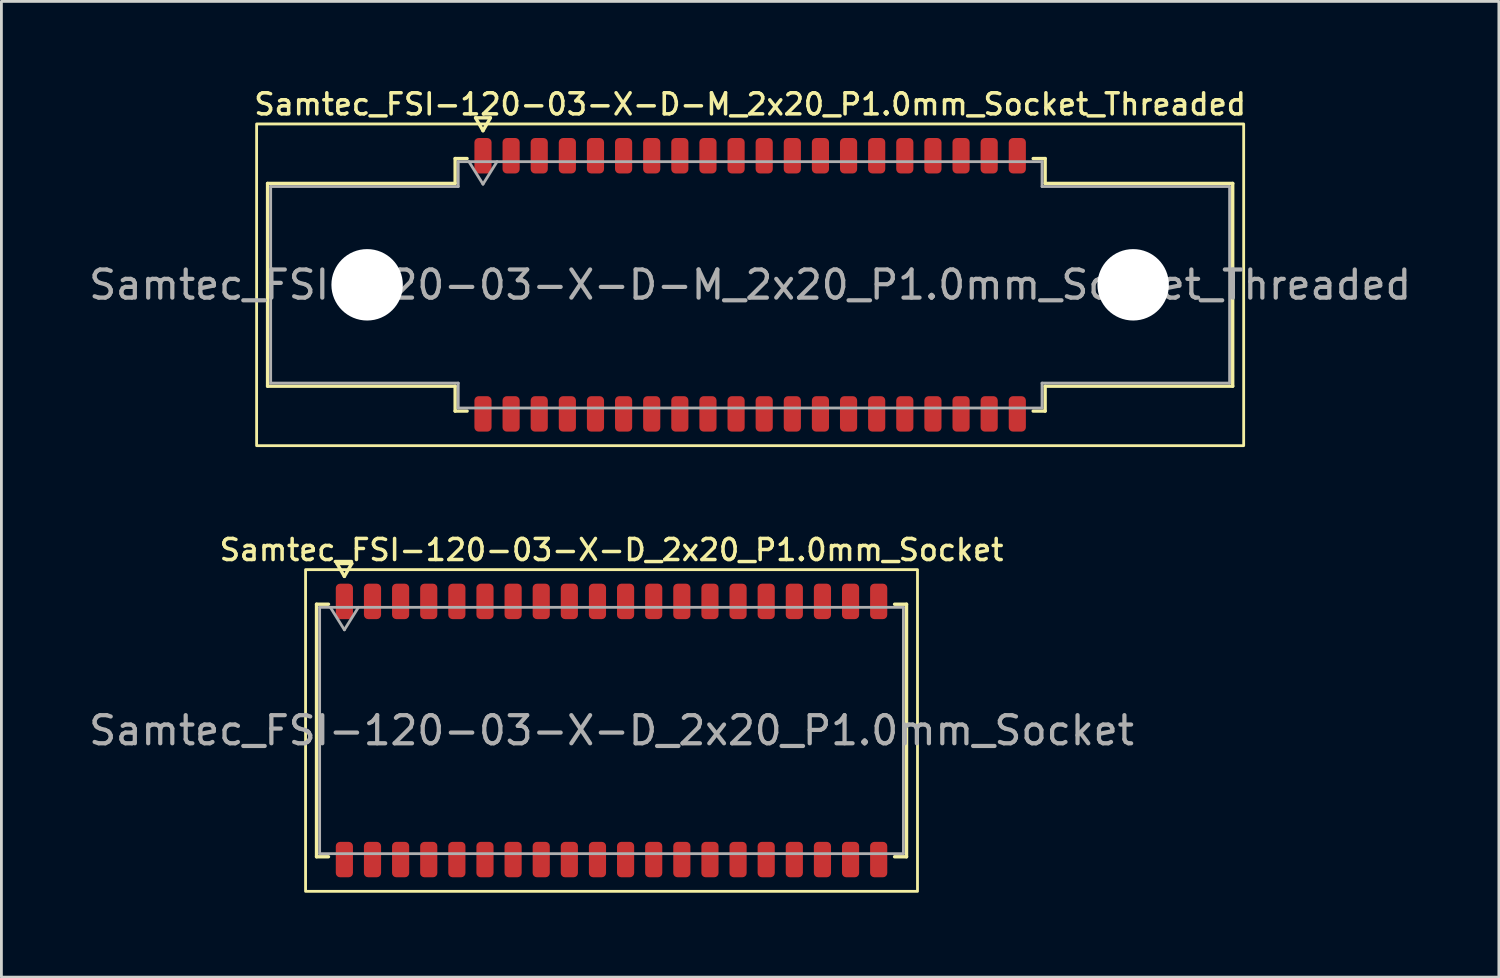
<source format=kicad_pcb>
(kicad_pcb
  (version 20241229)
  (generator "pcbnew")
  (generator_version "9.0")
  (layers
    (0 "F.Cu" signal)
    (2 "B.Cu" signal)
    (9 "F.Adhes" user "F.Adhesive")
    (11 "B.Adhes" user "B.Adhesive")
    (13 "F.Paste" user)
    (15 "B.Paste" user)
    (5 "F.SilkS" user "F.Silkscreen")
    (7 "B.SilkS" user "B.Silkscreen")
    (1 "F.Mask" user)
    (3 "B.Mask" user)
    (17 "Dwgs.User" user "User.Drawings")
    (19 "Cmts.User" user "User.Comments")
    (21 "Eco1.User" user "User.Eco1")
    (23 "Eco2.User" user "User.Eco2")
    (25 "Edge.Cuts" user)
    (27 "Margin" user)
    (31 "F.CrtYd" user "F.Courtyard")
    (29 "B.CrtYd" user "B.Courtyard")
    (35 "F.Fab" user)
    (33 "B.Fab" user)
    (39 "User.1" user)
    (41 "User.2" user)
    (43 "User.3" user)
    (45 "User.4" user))
  (footprint "Samtec_FSI-120-03-X-D_2x20_P1.0mm_Socket"
    (layer "F.Cu")
    (at 18.696 22.926)
    (property "Reference" "Samtec_FSI-120-03-X-D_2x20_P1.0mm_Socket" (at 0 -6.42 0) (layer "F.SilkS") (effects (font (size 0.75 0.75) (thickness 0.125))))
    (attr smd)
    (fp_line (start -10.49 -4.49) (end -10.065 -4.49) (stroke (width 0.12) (type solid)) (layer "F.SilkS"))
    (fp_line (start -10.49 4.49) (end -10.49 -4.49) (stroke (width 0.12) (type solid)) (layer "F.SilkS"))
    (fp_line (start -10.065 4.49) (end -10.49 4.49) (stroke (width 0.12) (type solid)) (layer "F.SilkS"))
    (fp_line (start -9.764 -5.938) (end -9.5 -5.48) (stroke (width 0.12) (type solid)) (layer "F.SilkS"))
    (fp_line (start -9.5 -5.48) (end -9.236 -5.938) (stroke (width 0.12) (type solid)) (layer "F.SilkS"))
    (fp_line (start -9.236 -5.938) (end -9.764 -5.938) (stroke (width 0.12) (type solid)) (layer "F.SilkS"))
    (fp_line (start 10.065 -4.49) (end 10.49 -4.49) (stroke (width 0.12) (type solid)) (layer "F.SilkS"))
    (fp_line (start 10.49 -4.49) (end 10.49 4.49) (stroke (width 0.12) (type solid)) (layer "F.SilkS"))
    (fp_line (start 10.49 4.49) (end 10.065 4.49) (stroke (width 0.12) (type solid)) (layer "F.SilkS"))
    (fp_rect (start -10.88 -5.72) (end 10.88 5.72) (stroke (width 0.1) (type solid)) (fill no) (layer "F.SilkS"))
    (fp_line (start -10.38 -4.38) (end 10.38 -4.38) (stroke (width 0.1) (type solid)) (layer "F.Fab"))
    (fp_line (start -10.38 4.38) (end -10.38 -4.38) (stroke (width 0.1) (type solid)) (layer "F.Fab"))
    (fp_line (start -10 -4.38) (end -9.5 -3.58) (stroke (width 0.1) (type solid)) (layer "F.Fab"))
    (fp_line (start -9.5 -3.58) (end -9 -4.38) (stroke (width 0.1) (type solid)) (layer "F.Fab"))
    (fp_line (start 10.38 -4.38) (end 10.38 4.38) (stroke (width 0.1) (type solid)) (layer "F.Fab"))
    (fp_line (start 10.38 4.38) (end -10.38 4.38) (stroke (width 0.1) (type solid)) (layer "F.Fab"))
    (fp_text user "${REFERENCE}" (at 0 0 0) (layer "F.Fab") (effects (font (size 1 1) (thickness 0.15))))
    (pad "1" smd roundrect (at -9.5 -4.59) (size 0.61 1.26) (layers "F.Cu" "F.Mask" "F.Paste") (roundrect_rratio 0.25))
    (pad "2" smd roundrect (at -9.5 4.59) (size 0.61 1.26) (layers "F.Cu" "F.Mask" "F.Paste") (roundrect_rratio 0.25))
    (pad "3" smd roundrect (at -8.5 -4.59) (size 0.61 1.26) (layers "F.Cu" "F.Mask" "F.Paste") (roundrect_rratio 0.25))
    (pad "4" smd roundrect (at -8.5 4.59) (size 0.61 1.26) (layers "F.Cu" "F.Mask" "F.Paste") (roundrect_rratio 0.25))
    (pad "5" smd roundrect (at -7.5 -4.59) (size 0.61 1.26) (layers "F.Cu" "F.Mask" "F.Paste") (roundrect_rratio 0.25))
    (pad "6" smd roundrect (at -7.5 4.59) (size 0.61 1.26) (layers "F.Cu" "F.Mask" "F.Paste") (roundrect_rratio 0.25))
    (pad "7" smd roundrect (at -6.5 -4.59) (size 0.61 1.26) (layers "F.Cu" "F.Mask" "F.Paste") (roundrect_rratio 0.25))
    (pad "8" smd roundrect (at -6.5 4.59) (size 0.61 1.26) (layers "F.Cu" "F.Mask" "F.Paste") (roundrect_rratio 0.25))
    (pad "9" smd roundrect (at -5.5 -4.59) (size 0.61 1.26) (layers "F.Cu" "F.Mask" "F.Paste") (roundrect_rratio 0.25))
    (pad "10" smd roundrect (at -5.5 4.59) (size 0.61 1.26) (layers "F.Cu" "F.Mask" "F.Paste") (roundrect_rratio 0.25))
    (pad "11" smd roundrect (at -4.5 -4.59) (size 0.61 1.26) (layers "F.Cu" "F.Mask" "F.Paste") (roundrect_rratio 0.25))
    (pad "12" smd roundrect (at -4.5 4.59) (size 0.61 1.26) (layers "F.Cu" "F.Mask" "F.Paste") (roundrect_rratio 0.25))
    (pad "13" smd roundrect (at -3.5 -4.59) (size 0.61 1.26) (layers "F.Cu" "F.Mask" "F.Paste") (roundrect_rratio 0.25))
    (pad "14" smd roundrect (at -3.5 4.59) (size 0.61 1.26) (layers "F.Cu" "F.Mask" "F.Paste") (roundrect_rratio 0.25))
    (pad "15" smd roundrect (at -2.5 -4.59) (size 0.61 1.26) (layers "F.Cu" "F.Mask" "F.Paste") (roundrect_rratio 0.25))
    (pad "16" smd roundrect (at -2.5 4.59) (size 0.61 1.26) (layers "F.Cu" "F.Mask" "F.Paste") (roundrect_rratio 0.25))
    (pad "17" smd roundrect (at -1.5 -4.59) (size 0.61 1.26) (layers "F.Cu" "F.Mask" "F.Paste") (roundrect_rratio 0.25))
    (pad "18" smd roundrect (at -1.5 4.59) (size 0.61 1.26) (layers "F.Cu" "F.Mask" "F.Paste") (roundrect_rratio 0.25))
    (pad "19" smd roundrect (at -0.5 -4.59) (size 0.61 1.26) (layers "F.Cu" "F.Mask" "F.Paste") (roundrect_rratio 0.25))
    (pad "20" smd roundrect (at -0.5 4.59) (size 0.61 1.26) (layers "F.Cu" "F.Mask" "F.Paste") (roundrect_rratio 0.25))
    (pad "21" smd roundrect (at 0.5 -4.59) (size 0.61 1.26) (layers "F.Cu" "F.Mask" "F.Paste") (roundrect_rratio 0.25))
    (pad "22" smd roundrect (at 0.5 4.59) (size 0.61 1.26) (layers "F.Cu" "F.Mask" "F.Paste") (roundrect_rratio 0.25))
    (pad "23" smd roundrect (at 1.5 -4.59) (size 0.61 1.26) (layers "F.Cu" "F.Mask" "F.Paste") (roundrect_rratio 0.25))
    (pad "24" smd roundrect (at 1.5 4.59) (size 0.61 1.26) (layers "F.Cu" "F.Mask" "F.Paste") (roundrect_rratio 0.25))
    (pad "25" smd roundrect (at 2.5 -4.59) (size 0.61 1.26) (layers "F.Cu" "F.Mask" "F.Paste") (roundrect_rratio 0.25))
    (pad "26" smd roundrect (at 2.5 4.59) (size 0.61 1.26) (layers "F.Cu" "F.Mask" "F.Paste") (roundrect_rratio 0.25))
    (pad "27" smd roundrect (at 3.5 -4.59) (size 0.61 1.26) (layers "F.Cu" "F.Mask" "F.Paste") (roundrect_rratio 0.25))
    (pad "28" smd roundrect (at 3.5 4.59) (size 0.61 1.26) (layers "F.Cu" "F.Mask" "F.Paste") (roundrect_rratio 0.25))
    (pad "29" smd roundrect (at 4.5 -4.59) (size 0.61 1.26) (layers "F.Cu" "F.Mask" "F.Paste") (roundrect_rratio 0.25))
    (pad "30" smd roundrect (at 4.5 4.59) (size 0.61 1.26) (layers "F.Cu" "F.Mask" "F.Paste") (roundrect_rratio 0.25))
    (pad "31" smd roundrect (at 5.5 -4.59) (size 0.61 1.26) (layers "F.Cu" "F.Mask" "F.Paste") (roundrect_rratio 0.25))
    (pad "32" smd roundrect (at 5.5 4.59) (size 0.61 1.26) (layers "F.Cu" "F.Mask" "F.Paste") (roundrect_rratio 0.25))
    (pad "33" smd roundrect (at 6.5 -4.59) (size 0.61 1.26) (layers "F.Cu" "F.Mask" "F.Paste") (roundrect_rratio 0.25))
    (pad "34" smd roundrect (at 6.5 4.59) (size 0.61 1.26) (layers "F.Cu" "F.Mask" "F.Paste") (roundrect_rratio 0.25))
    (pad "35" smd roundrect (at 7.5 -4.59) (size 0.61 1.26) (layers "F.Cu" "F.Mask" "F.Paste") (roundrect_rratio 0.25))
    (pad "36" smd roundrect (at 7.5 4.59) (size 0.61 1.26) (layers "F.Cu" "F.Mask" "F.Paste") (roundrect_rratio 0.25))
    (pad "37" smd roundrect (at 8.5 -4.59) (size 0.61 1.26) (layers "F.Cu" "F.Mask" "F.Paste") (roundrect_rratio 0.25))
    (pad "38" smd roundrect (at 8.5 4.59) (size 0.61 1.26) (layers "F.Cu" "F.Mask" "F.Paste") (roundrect_rratio 0.25))
    (pad "39" smd roundrect (at 9.5 -4.59) (size 0.61 1.26) (layers "F.Cu" "F.Mask" "F.Paste") (roundrect_rratio 0.25))
    (pad "40" smd roundrect (at 9.5 4.59) (size 0.61 1.26) (layers "F.Cu" "F.Mask" "F.Paste") (roundrect_rratio 0.25)))
  (footprint "Samtec_FSI-120-03-X-D-M_2x20_P1.0mm_Socket_Threaded"
    (layer "F.Cu")
    (at 23.625 7.078)
    (property "Reference" "Samtec_FSI-120-03-X-D-M_2x20_P1.0mm_Socket_Threaded" (at 0 -6.42 0) (layer "F.SilkS") (effects (font (size 0.75 0.75) (thickness 0.125))))
    (attr smd)
    (fp_line (start -17.16 -3.605) (end -10.49 -3.605) (stroke (width 0.12) (type solid)) (layer "F.SilkS"))
    (fp_line (start -17.16 3.605) (end -17.16 -3.605) (stroke (width 0.12) (type solid)) (layer "F.SilkS"))
    (fp_line (start -10.49 -4.49) (end -10.065 -4.49) (stroke (width 0.12) (type solid)) (layer "F.SilkS"))
    (fp_line (start -10.49 -3.605) (end -10.49 -4.49) (stroke (width 0.12) (type solid)) (layer "F.SilkS"))
    (fp_line (start -10.49 3.605) (end -17.16 3.605) (stroke (width 0.12) (type solid)) (layer "F.SilkS"))
    (fp_line (start -10.49 4.49) (end -10.49 3.605) (stroke (width 0.12) (type solid)) (layer "F.SilkS"))
    (fp_line (start -10.065 4.49) (end -10.49 4.49) (stroke (width 0.12) (type solid)) (layer "F.SilkS"))
    (fp_line (start -9.764 -5.938) (end -9.5 -5.48) (stroke (width 0.12) (type solid)) (layer "F.SilkS"))
    (fp_line (start -9.5 -5.48) (end -9.236 -5.938) (stroke (width 0.12) (type solid)) (layer "F.SilkS"))
    (fp_line (start -9.236 -5.938) (end -9.764 -5.938) (stroke (width 0.12) (type solid)) (layer "F.SilkS"))
    (fp_line (start 10.065 -4.49) (end 10.49 -4.49) (stroke (width 0.12) (type solid)) (layer "F.SilkS"))
    (fp_line (start 10.49 -4.49) (end 10.49 -3.605) (stroke (width 0.12) (type solid)) (layer "F.SilkS"))
    (fp_line (start 10.49 -3.605) (end 17.16 -3.605) (stroke (width 0.12) (type solid)) (layer "F.SilkS"))
    (fp_line (start 10.49 3.605) (end 10.49 4.49) (stroke (width 0.12) (type solid)) (layer "F.SilkS"))
    (fp_line (start 10.49 4.49) (end 10.065 4.49) (stroke (width 0.12) (type solid)) (layer "F.SilkS"))
    (fp_line (start 17.16 -3.605) (end 17.16 3.605) (stroke (width 0.12) (type solid)) (layer "F.SilkS"))
    (fp_line (start 17.16 3.605) (end 10.49 3.605) (stroke (width 0.12) (type solid)) (layer "F.SilkS"))
    (fp_rect (start -17.55 -5.72) (end 17.55 5.72) (stroke (width 0.1) (type solid)) (fill no) (layer "F.SilkS"))
    (fp_line (start -17.05 -3.495) (end -10.38 -3.495) (stroke (width 0.1) (type solid)) (layer "F.Fab"))
    (fp_line (start -17.05 3.495) (end -17.05 -3.495) (stroke (width 0.1) (type solid)) (layer "F.Fab"))
    (fp_line (start -10.38 -4.38) (end 10.38 -4.38) (stroke (width 0.1) (type solid)) (layer "F.Fab"))
    (fp_line (start -10.38 -3.495) (end -10.38 -4.38) (stroke (width 0.1) (type solid)) (layer "F.Fab"))
    (fp_line (start -10.38 3.495) (end -17.05 3.495) (stroke (width 0.1) (type solid)) (layer "F.Fab"))
    (fp_line (start -10.38 4.38) (end -10.38 3.495) (stroke (width 0.1) (type solid)) (layer "F.Fab"))
    (fp_line (start -10 -4.38) (end -9.5 -3.58) (stroke (width 0.1) (type solid)) (layer "F.Fab"))
    (fp_line (start -9.5 -3.58) (end -9 -4.38) (stroke (width 0.1) (type solid)) (layer "F.Fab"))
    (fp_line (start 10.38 -4.38) (end 10.38 -3.495) (stroke (width 0.1) (type solid)) (layer "F.Fab"))
    (fp_line (start 10.38 -3.495) (end 17.05 -3.495) (stroke (width 0.1) (type solid)) (layer "F.Fab"))
    (fp_line (start 10.38 3.495) (end 10.38 4.38) (stroke (width 0.1) (type solid)) (layer "F.Fab"))
    (fp_line (start 10.38 4.38) (end -10.38 4.38) (stroke (width 0.1) (type solid)) (layer "F.Fab"))
    (fp_line (start 17.05 -3.495) (end 17.05 3.495) (stroke (width 0.1) (type solid)) (layer "F.Fab"))
    (fp_line (start 17.05 3.495) (end 10.38 3.495) (stroke (width 0.1) (type solid)) (layer "F.Fab"))
    (fp_text user "${REFERENCE}" (at 0 0 0) (layer "F.Fab") (effects (font (size 1 1) (thickness 0.15))))
    (pad "" np_thru_hole circle (at -13.62 0) (size 2.54 2.54) (drill 2.54) (layers "*.Cu" "*.Mask"))
    (pad "" np_thru_hole circle (at 13.62 0) (size 2.54 2.54) (drill 2.54) (layers "*.Cu" "*.Mask"))
    (pad "1" smd roundrect (at -9.5 -4.59) (size 0.61 1.26) (layers "F.Cu" "F.Mask" "F.Paste") (roundrect_rratio 0.25))
    (pad "2" smd roundrect (at -9.5 4.59) (size 0.61 1.26) (layers "F.Cu" "F.Mask" "F.Paste") (roundrect_rratio 0.25))
    (pad "3" smd roundrect (at -8.5 -4.59) (size 0.61 1.26) (layers "F.Cu" "F.Mask" "F.Paste") (roundrect_rratio 0.25))
    (pad "4" smd roundrect (at -8.5 4.59) (size 0.61 1.26) (layers "F.Cu" "F.Mask" "F.Paste") (roundrect_rratio 0.25))
    (pad "5" smd roundrect (at -7.5 -4.59) (size 0.61 1.26) (layers "F.Cu" "F.Mask" "F.Paste") (roundrect_rratio 0.25))
    (pad "6" smd roundrect (at -7.5 4.59) (size 0.61 1.26) (layers "F.Cu" "F.Mask" "F.Paste") (roundrect_rratio 0.25))
    (pad "7" smd roundrect (at -6.5 -4.59) (size 0.61 1.26) (layers "F.Cu" "F.Mask" "F.Paste") (roundrect_rratio 0.25))
    (pad "8" smd roundrect (at -6.5 4.59) (size 0.61 1.26) (layers "F.Cu" "F.Mask" "F.Paste") (roundrect_rratio 0.25))
    (pad "9" smd roundrect (at -5.5 -4.59) (size 0.61 1.26) (layers "F.Cu" "F.Mask" "F.Paste") (roundrect_rratio 0.25))
    (pad "10" smd roundrect (at -5.5 4.59) (size 0.61 1.26) (layers "F.Cu" "F.Mask" "F.Paste") (roundrect_rratio 0.25))
    (pad "11" smd roundrect (at -4.5 -4.59) (size 0.61 1.26) (layers "F.Cu" "F.Mask" "F.Paste") (roundrect_rratio 0.25))
    (pad "12" smd roundrect (at -4.5 4.59) (size 0.61 1.26) (layers "F.Cu" "F.Mask" "F.Paste") (roundrect_rratio 0.25))
    (pad "13" smd roundrect (at -3.5 -4.59) (size 0.61 1.26) (layers "F.Cu" "F.Mask" "F.Paste") (roundrect_rratio 0.25))
    (pad "14" smd roundrect (at -3.5 4.59) (size 0.61 1.26) (layers "F.Cu" "F.Mask" "F.Paste") (roundrect_rratio 0.25))
    (pad "15" smd roundrect (at -2.5 -4.59) (size 0.61 1.26) (layers "F.Cu" "F.Mask" "F.Paste") (roundrect_rratio 0.25))
    (pad "16" smd roundrect (at -2.5 4.59) (size 0.61 1.26) (layers "F.Cu" "F.Mask" "F.Paste") (roundrect_rratio 0.25))
    (pad "17" smd roundrect (at -1.5 -4.59) (size 0.61 1.26) (layers "F.Cu" "F.Mask" "F.Paste") (roundrect_rratio 0.25))
    (pad "18" smd roundrect (at -1.5 4.59) (size 0.61 1.26) (layers "F.Cu" "F.Mask" "F.Paste") (roundrect_rratio 0.25))
    (pad "19" smd roundrect (at -0.5 -4.59) (size 0.61 1.26) (layers "F.Cu" "F.Mask" "F.Paste") (roundrect_rratio 0.25))
    (pad "20" smd roundrect (at -0.5 4.59) (size 0.61 1.26) (layers "F.Cu" "F.Mask" "F.Paste") (roundrect_rratio 0.25))
    (pad "21" smd roundrect (at 0.5 -4.59) (size 0.61 1.26) (layers "F.Cu" "F.Mask" "F.Paste") (roundrect_rratio 0.25))
    (pad "22" smd roundrect (at 0.5 4.59) (size 0.61 1.26) (layers "F.Cu" "F.Mask" "F.Paste") (roundrect_rratio 0.25))
    (pad "23" smd roundrect (at 1.5 -4.59) (size 0.61 1.26) (layers "F.Cu" "F.Mask" "F.Paste") (roundrect_rratio 0.25))
    (pad "24" smd roundrect (at 1.5 4.59) (size 0.61 1.26) (layers "F.Cu" "F.Mask" "F.Paste") (roundrect_rratio 0.25))
    (pad "25" smd roundrect (at 2.5 -4.59) (size 0.61 1.26) (layers "F.Cu" "F.Mask" "F.Paste") (roundrect_rratio 0.25))
    (pad "26" smd roundrect (at 2.5 4.59) (size 0.61 1.26) (layers "F.Cu" "F.Mask" "F.Paste") (roundrect_rratio 0.25))
    (pad "27" smd roundrect (at 3.5 -4.59) (size 0.61 1.26) (layers "F.Cu" "F.Mask" "F.Paste") (roundrect_rratio 0.25))
    (pad "28" smd roundrect (at 3.5 4.59) (size 0.61 1.26) (layers "F.Cu" "F.Mask" "F.Paste") (roundrect_rratio 0.25))
    (pad "29" smd roundrect (at 4.5 -4.59) (size 0.61 1.26) (layers "F.Cu" "F.Mask" "F.Paste") (roundrect_rratio 0.25))
    (pad "30" smd roundrect (at 4.5 4.59) (size 0.61 1.26) (layers "F.Cu" "F.Mask" "F.Paste") (roundrect_rratio 0.25))
    (pad "31" smd roundrect (at 5.5 -4.59) (size 0.61 1.26) (layers "F.Cu" "F.Mask" "F.Paste") (roundrect_rratio 0.25))
    (pad "32" smd roundrect (at 5.5 4.59) (size 0.61 1.26) (layers "F.Cu" "F.Mask" "F.Paste") (roundrect_rratio 0.25))
    (pad "33" smd roundrect (at 6.5 -4.59) (size 0.61 1.26) (layers "F.Cu" "F.Mask" "F.Paste") (roundrect_rratio 0.25))
    (pad "34" smd roundrect (at 6.5 4.59) (size 0.61 1.26) (layers "F.Cu" "F.Mask" "F.Paste") (roundrect_rratio 0.25))
    (pad "35" smd roundrect (at 7.5 -4.59) (size 0.61 1.26) (layers "F.Cu" "F.Mask" "F.Paste") (roundrect_rratio 0.25))
    (pad "36" smd roundrect (at 7.5 4.59) (size 0.61 1.26) (layers "F.Cu" "F.Mask" "F.Paste") (roundrect_rratio 0.25))
    (pad "37" smd roundrect (at 8.5 -4.59) (size 0.61 1.26) (layers "F.Cu" "F.Mask" "F.Paste") (roundrect_rratio 0.25))
    (pad "38" smd roundrect (at 8.5 4.59) (size 0.61 1.26) (layers "F.Cu" "F.Mask" "F.Paste") (roundrect_rratio 0.25))
    (pad "39" smd roundrect (at 9.5 -4.59) (size 0.61 1.26) (layers "F.Cu" "F.Mask" "F.Paste") (roundrect_rratio 0.25))
    (pad "40" smd roundrect (at 9.5 4.59) (size 0.61 1.26) (layers "F.Cu" "F.Mask" "F.Paste") (roundrect_rratio 0.25)))
  (gr_rect
    (start -3 -3)
    (end 50.25 31.696)
    (stroke (width 0.1) (type default))
    (fill no)
    (layer "Edge.Cuts")))
</source>
